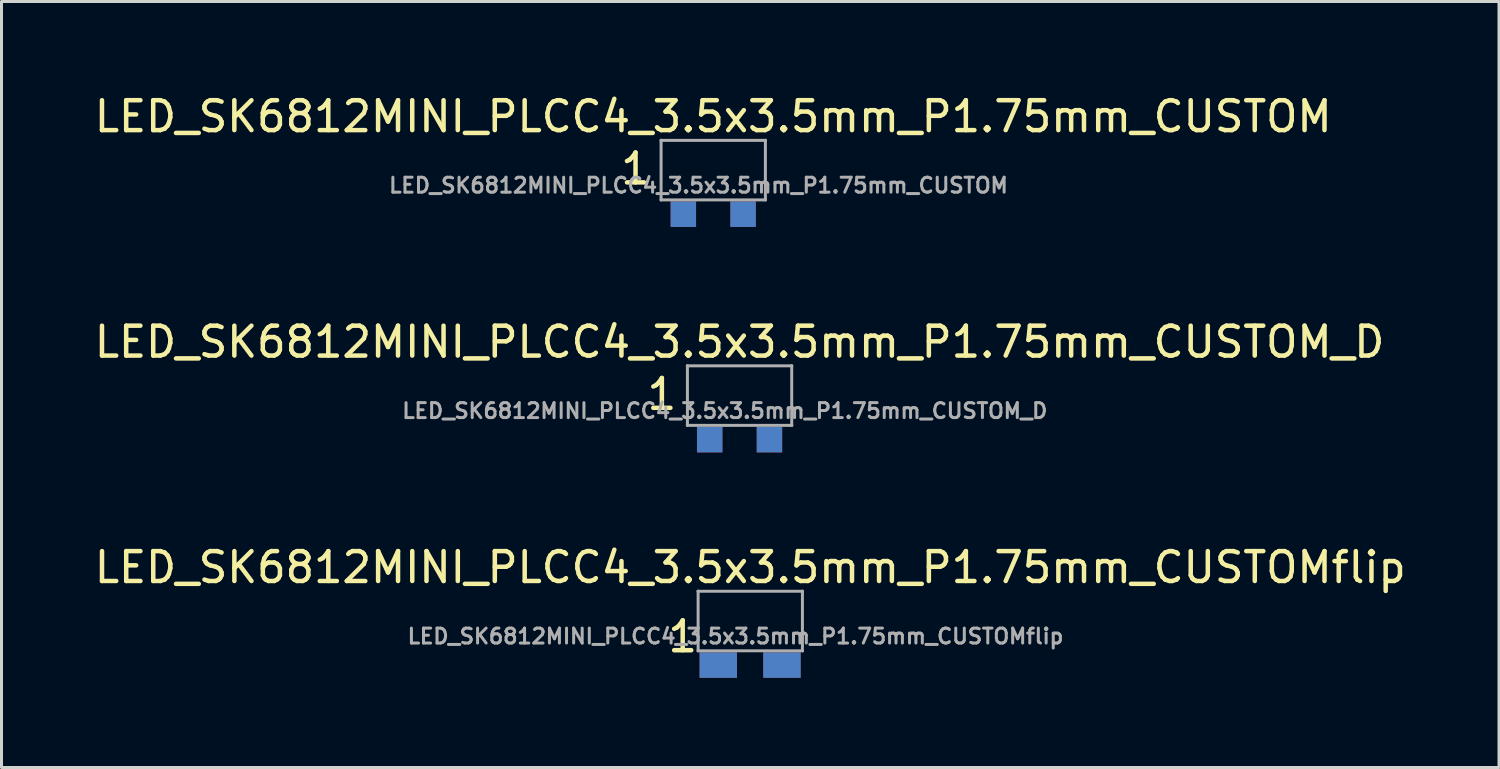
<source format=kicad_pcb>
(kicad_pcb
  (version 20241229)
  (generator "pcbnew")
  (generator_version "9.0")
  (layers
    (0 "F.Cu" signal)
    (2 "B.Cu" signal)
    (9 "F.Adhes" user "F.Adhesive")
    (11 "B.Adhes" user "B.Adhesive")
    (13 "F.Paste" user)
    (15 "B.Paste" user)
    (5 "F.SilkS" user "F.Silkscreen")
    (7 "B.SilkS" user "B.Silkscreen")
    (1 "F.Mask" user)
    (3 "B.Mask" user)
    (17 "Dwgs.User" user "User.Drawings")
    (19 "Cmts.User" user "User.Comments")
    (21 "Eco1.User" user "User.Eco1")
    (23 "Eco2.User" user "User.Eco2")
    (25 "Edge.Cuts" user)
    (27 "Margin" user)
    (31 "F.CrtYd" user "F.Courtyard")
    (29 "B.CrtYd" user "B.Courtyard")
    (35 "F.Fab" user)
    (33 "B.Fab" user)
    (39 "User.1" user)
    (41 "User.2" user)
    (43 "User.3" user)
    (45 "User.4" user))
  (footprint "LED_SK6812MINI_PLCC4_3.5x3.5mm_P1.75mm_CUSTOMflip"
    (layer "F.Cu")
    (at 22.054 18.685)
    (property "Reference" "LED_SK6812MINI_PLCC4_3.5x3.5mm_P1.75mm_CUSTOMflip" (at 0 -2.75 0) (layer "F.SilkS") (effects (font (size 1 1) (thickness 0.15))))
    (attr smd)
    (fp_line (start -1.75 -1.951) (end 1.75 -1.951) (stroke (width 0.1) (type solid)) (layer "F.Fab"))
    (fp_line (start -1.745 -1.956) (end -1.745 0.044) (stroke (width 0.1) (type solid)) (layer "F.Fab"))
    (fp_line (start 1.745 -1.956) (end 1.745 0.044) (stroke (width 0.1) (type solid)) (layer "F.Fab"))
    (fp_line (start 1.75 0.041) (end -1.75 0.041) (stroke (width 0.1) (type solid)) (layer "F.Fab"))
    (fp_text user "1" (at -2.261 -0.434 0) (layer "F.SilkS") (effects (font (size 1 1) (thickness 0.15))))
    (fp_text user "${REFERENCE}" (at -0.493 -0.445 0) (layer "F.Fab") (effects (font (size 0.5 0.5) (thickness 0.1))))
    (pad "1" smd rect (at 1.06 0.52 90) (size 0.85 1.25) (layers "B.Cu" "B.Mask" "B.Paste"))
    (pad "2" smd rect (at -1.07 0.52 90) (size 0.85 1.25) (layers "B.Cu" "B.Mask" "B.Paste"))
    (pad "3" smd rect (at -1.07 0.52 90) (size 0.85 1.25) (layers "F.Cu" "F.Mask" "F.Paste"))
    (pad "4" smd rect (at 1.06 0.52 90) (size 0.85 1.25) (layers "F.Cu" "F.Mask" "F.Paste")))
  (footprint "LED_SK6812MINI_PLCC4_3.5x3.5mm_P1.75mm_CUSTOM_D"
    (layer "F.Cu")
    (at 21.696 11.142)
    (property "Reference" "LED_SK6812MINI_PLCC4_3.5x3.5mm_P1.75mm_CUSTOM_D" (at 0 -2.75 0) (layer "F.SilkS") (effects (font (size 1 1) (thickness 0.15))))
    (attr smd)
    (fp_line (start -1.75 -1.951) (end 1.75 -1.951) (stroke (width 0.1) (type solid)) (layer "F.Fab"))
    (fp_line (start -1.745 -1.956) (end -1.745 0.044) (stroke (width 0.1) (type solid)) (layer "F.Fab"))
    (fp_line (start 1.745 -1.956) (end 1.745 0.044) (stroke (width 0.1) (type solid)) (layer "F.Fab"))
    (fp_line (start 1.75 0.041) (end -1.75 0.041) (stroke (width 0.1) (type solid)) (layer "F.Fab"))
    (fp_text user "1" (at -2.6 -1 0) (layer "F.SilkS") (effects (font (size 1 1) (thickness 0.15))))
    (fp_text user "${REFERENCE}" (at -0.493 -0.445 0) (layer "F.Fab") (effects (font (size 0.5 0.5) (thickness 0.1))))
    (pad "1" smd rect (at -1 0.52 90) (size 0.85 0.85) (layers "B.Cu" "B.Mask" "B.Paste"))
    (pad "2" smd rect (at -1 0.52 90) (size 0.85 0.85) (layers "F.Cu" "F.Mask" "F.Paste"))
    (pad "3" smd rect (at 1 0.52 90) (size 0.85 0.85) (layers "F.Cu" "F.Mask" "F.Paste"))
    (pad "4" smd rect (at 1 0.52 90) (size 0.85 0.85) (layers "B.Cu" "B.Mask" "B.Paste")))
  (footprint "LED_SK6812MINI_PLCC4_3.5x3.5mm_P1.75mm_CUSTOM"
    (layer "F.Cu")
    (at 20.815 3.598)
    (property "Reference" "LED_SK6812MINI_PLCC4_3.5x3.5mm_P1.75mm_CUSTOM" (at 0 -2.75 0) (layer "F.SilkS") (effects (font (size 1 1) (thickness 0.15))))
    (attr smd)
    (fp_line (start -1.75 -1.951) (end 1.75 -1.951) (stroke (width 0.1) (type solid)) (layer "F.Fab"))
    (fp_line (start -1.745 -1.956) (end -1.745 0.044) (stroke (width 0.1) (type solid)) (layer "F.Fab"))
    (fp_line (start 1.745 -1.956) (end 1.745 0.044) (stroke (width 0.1) (type solid)) (layer "F.Fab"))
    (fp_line (start 1.75 0.041) (end -1.75 0.041) (stroke (width 0.1) (type solid)) (layer "F.Fab"))
    (fp_text user "1" (at -2.6 -1 0) (layer "F.SilkS") (effects (font (size 1 1) (thickness 0.15))))
    (fp_text user "${REFERENCE}" (at -0.493 -0.445 0) (layer "F.Fab") (effects (font (size 0.5 0.5) (thickness 0.1))))
    (pad "1" smd rect (at 1 0.52 90) (size 0.85 0.85) (layers "F.Cu" "F.Mask" "F.Paste"))
    (pad "2" smd rect (at 1 0.52 90) (size 0.85 0.85) (layers "B.Cu" "B.Mask" "B.Paste"))
    (pad "3" smd rect (at -1 0.52 90) (size 0.85 0.85) (layers "B.Cu" "B.Mask" "B.Paste"))
    (pad "4" smd rect (at -1 0.52 90) (size 0.85 0.85) (layers "F.Cu" "F.Mask" "F.Paste")))
  (gr_rect
    (start -3 -3)
    (end 47.107 22.63)
    (stroke (width 0.1) (type default))
    (fill no)
    (layer "Edge.Cuts")))
</source>
